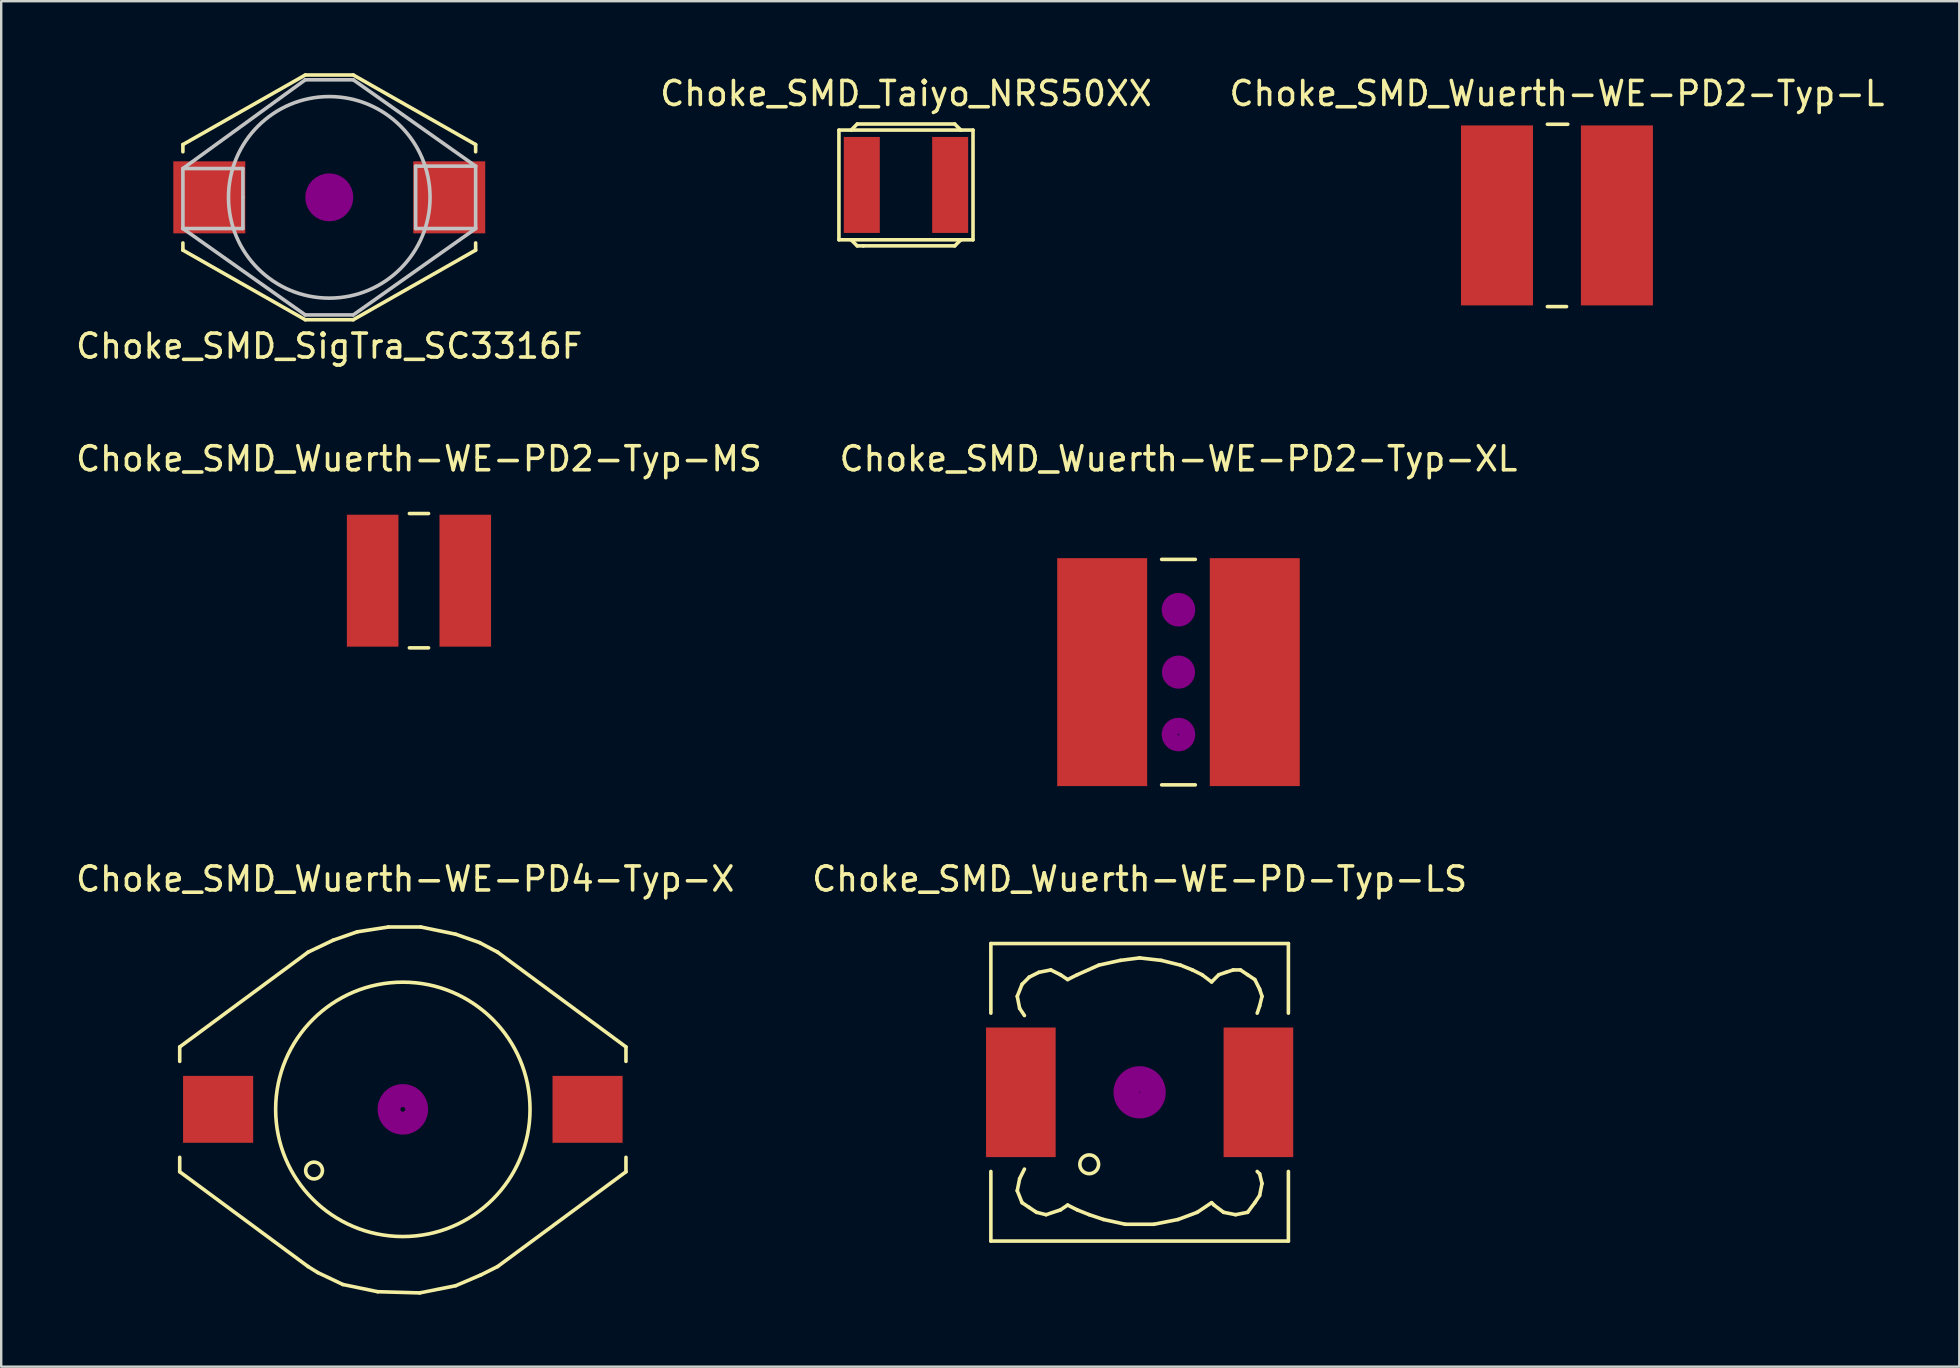
<source format=kicad_pcb>
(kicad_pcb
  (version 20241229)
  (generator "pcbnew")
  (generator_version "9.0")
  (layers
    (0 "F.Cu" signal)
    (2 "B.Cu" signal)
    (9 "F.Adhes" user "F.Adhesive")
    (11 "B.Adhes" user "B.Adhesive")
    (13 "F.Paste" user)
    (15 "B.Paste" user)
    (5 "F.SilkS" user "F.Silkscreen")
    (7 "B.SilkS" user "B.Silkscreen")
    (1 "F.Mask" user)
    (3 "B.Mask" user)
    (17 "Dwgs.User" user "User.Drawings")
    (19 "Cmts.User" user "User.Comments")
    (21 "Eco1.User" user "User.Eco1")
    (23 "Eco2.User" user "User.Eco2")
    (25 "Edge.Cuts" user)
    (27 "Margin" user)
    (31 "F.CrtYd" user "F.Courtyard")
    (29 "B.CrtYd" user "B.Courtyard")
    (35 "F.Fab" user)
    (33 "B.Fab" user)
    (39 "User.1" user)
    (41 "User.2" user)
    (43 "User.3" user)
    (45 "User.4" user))
  (footprint "Choke_SMD_Wuerth-WE-PD2-Typ-XL"
    (layer "F.Cu")
    (at 46.065 24.962)
    (property "Reference" "Choke_SMD_Wuerth-WE-PD2-Typ-XL" (at 0 -8.89 0) (layer "F.SilkS") (effects (font (size 1 1) (thickness 0.15))))
    (attr smd)
    (fp_line (start -0.701 -4.699) (end 0.701 -4.699) (stroke (width 0.15) (type solid)) (layer "F.SilkS"))
    (fp_line (start -0.701 4.699) (end 0.701 4.699) (stroke (width 0.15) (type solid)) (layer "F.SilkS"))
    (fp_circle (center 0 -2.601) (end 0.201 -2.601) (stroke (width 0.381) (type solid)) (fill no) (layer "F.Adhes"))
    (fp_circle (center 0 -2.601) (end 0.5 -2.499) (stroke (width 0.381) (type solid)) (fill no) (layer "F.Adhes"))
    (fp_circle (center 0 0) (end 0.201 0) (stroke (width 0.381) (type solid)) (fill no) (layer "F.Adhes"))
    (fp_circle (center 0 0) (end 0.5 0) (stroke (width 0.381) (type solid)) (fill no) (layer "F.Adhes"))
    (fp_circle (center 0 2.601) (end 0.099 2.799) (stroke (width 0.381) (type solid)) (fill no) (layer "F.Adhes"))
    (fp_circle (center 0 2.601) (end 0.5 2.7) (stroke (width 0.381) (type solid)) (fill no) (layer "F.Adhes"))
    (pad "1" smd rect (at -3.18 0) (size 3.749 9.5) (layers "F.Cu" "F.Mask" "F.Paste"))
    (pad "2" smd rect (at 3.18 0) (size 3.749 9.5) (layers "F.Cu" "F.Mask" "F.Paste")))
  (footprint "Choke_SMD_Taiyo_NRS50XX"
    (layer "F.Cu")
    (at 34.708 4.658)
    (property "Reference" "Choke_SMD_Taiyo_NRS50XX" (at 0 -3.81 0) (layer "F.SilkS") (effects (font (size 1 1) (thickness 0.15))))
    (attr smd)
    (fp_line (start -2.794 -2.286) (end -2.794 2.286) (stroke (width 0.15) (type solid)) (layer "F.SilkS"))
    (fp_line (start -2.794 2.286) (end -2.286 2.286) (stroke (width 0.15) (type solid)) (layer "F.SilkS"))
    (fp_line (start -2.286 -2.286) (end -2.794 -2.286) (stroke (width 0.15) (type solid)) (layer "F.SilkS"))
    (fp_line (start -2.286 -2.286) (end -2.032 -2.54) (stroke (width 0.15) (type solid)) (layer "F.SilkS"))
    (fp_line (start -2.286 -2.286) (end 2.286 -2.286) (stroke (width 0.15) (type solid)) (layer "F.SilkS"))
    (fp_line (start -2.286 2.286) (end 2.286 2.286) (stroke (width 0.15) (type solid)) (layer "F.SilkS"))
    (fp_line (start -2.032 -2.54) (end 2.032 -2.54) (stroke (width 0.15) (type solid)) (layer "F.SilkS"))
    (fp_line (start -2.032 2.54) (end -2.286 2.286) (stroke (width 0.15) (type solid)) (layer "F.SilkS"))
    (fp_line (start -1.778 2.54) (end -2.032 2.54) (stroke (width 0.15) (type solid)) (layer "F.SilkS"))
    (fp_line (start 2.032 -2.54) (end 2.286 -2.286) (stroke (width 0.15) (type solid)) (layer "F.SilkS"))
    (fp_line (start 2.032 2.54) (end -1.778 2.54) (stroke (width 0.15) (type solid)) (layer "F.SilkS"))
    (fp_line (start 2.286 -2.286) (end 2.794 -2.286) (stroke (width 0.15) (type solid)) (layer "F.SilkS"))
    (fp_line (start 2.286 2.286) (end 2.032 2.54) (stroke (width 0.15) (type solid)) (layer "F.SilkS"))
    (fp_line (start 2.794 -2.286) (end 2.794 2.286) (stroke (width 0.15) (type solid)) (layer "F.SilkS"))
    (fp_line (start 2.794 2.286) (end 2.286 2.286) (stroke (width 0.15) (type solid)) (layer "F.SilkS"))
    (pad "1" smd rect (at -1.841 0) (size 1.5 4) (layers "F.Cu" "F.Mask" "F.Paste"))
    (pad "2" smd rect (at 1.841 0) (size 1.5 4) (layers "F.Cu" "F.Mask" "F.Paste")))
  (footprint "Choke_SMD_SigTra_SC3316F"
    (layer "F.Cu")
    (at 10.673 5.175)
    (property "Reference" "Choke_SMD_SigTra_SC3316F" (at 0 6.2 0) (layer "F.SilkS") (effects (font (size 1 1) (thickness 0.15))))
    (attr through_hole)
    (fp_line (start -6.1 -2.2) (end -1 -5.1) (stroke (width 0.15) (type solid)) (layer "F.SilkS"))
    (fp_line (start -6.1 -1.9) (end -6.1 -2.2) (stroke (width 0.15) (type solid)) (layer "F.SilkS"))
    (fp_line (start -6.1 1.9) (end -6.1 2.2) (stroke (width 0.15) (type solid)) (layer "F.SilkS"))
    (fp_line (start -6.1 2.2) (end -1 5.1) (stroke (width 0.15) (type solid)) (layer "F.SilkS"))
    (fp_line (start 1 -5.1) (end -1 -5.1) (stroke (width 0.15) (type solid)) (layer "F.SilkS"))
    (fp_line (start 1 5.1) (end -1 5.1) (stroke (width 0.15) (type solid)) (layer "F.SilkS"))
    (fp_line (start 6.1 -2.2) (end 1 -5.1) (stroke (width 0.15) (type solid)) (layer "F.SilkS"))
    (fp_line (start 6.1 -1.9) (end 6.1 -2.2) (stroke (width 0.15) (type solid)) (layer "F.SilkS"))
    (fp_line (start 6.1 1.9) (end 6.1 2.2) (stroke (width 0.15) (type solid)) (layer "F.SilkS"))
    (fp_line (start 6.1 2.2) (end 1 5.1) (stroke (width 0.15) (type solid)) (layer "F.SilkS"))
    (fp_circle (center 0 0) (end 0.5 0) (stroke (width 1) (type solid)) (fill no) (layer "F.Adhes"))
    (fp_line (start -6.1 -1.2) (end -3.6 -1.2) (stroke (width 0.15) (type solid)) (layer "Dwgs.User"))
    (fp_line (start -6.1 1.3) (end -6.1 -1.2) (stroke (width 0.15) (type solid)) (layer "Dwgs.User"))
    (fp_line (start -3.6 -1.2) (end -3.6 0) (stroke (width 0.15) (type solid)) (layer "Dwgs.User"))
    (fp_line (start -3.6 0) (end -3.6 1.3) (stroke (width 0.15) (type solid)) (layer "Dwgs.User"))
    (fp_line (start -3.6 1.3) (end -6.1 1.3) (stroke (width 0.15) (type solid)) (layer "Dwgs.User"))
    (fp_line (start -1 -4.9) (end -6.1 -1.2) (stroke (width 0.15) (type solid)) (layer "Dwgs.User"))
    (fp_line (start -1 4.9) (end -6.1 1.3) (stroke (width 0.15) (type solid)) (layer "Dwgs.User"))
    (fp_line (start 1 -4.9) (end -1 -4.9) (stroke (width 0.15) (type solid)) (layer "Dwgs.User"))
    (fp_line (start 1 -4.9) (end 6.1 -1.3) (stroke (width 0.15) (type solid)) (layer "Dwgs.User"))
    (fp_line (start 1 4.9) (end -1 4.9) (stroke (width 0.15) (type solid)) (layer "Dwgs.User"))
    (fp_line (start 3.6 -1.3) (end 6.1 -1.3) (stroke (width 0.15) (type solid)) (layer "Dwgs.User"))
    (fp_line (start 3.6 1.3) (end 3.6 -1.3) (stroke (width 0.15) (type solid)) (layer "Dwgs.User"))
    (fp_line (start 6.1 -1.3) (end 6.1 1.3) (stroke (width 0.15) (type solid)) (layer "Dwgs.User"))
    (fp_line (start 6.1 1.3) (end 1 4.9) (stroke (width 0.15) (type solid)) (layer "Dwgs.User"))
    (fp_line (start 6.1 1.3) (end 3.6 1.3) (stroke (width 0.15) (type solid)) (layer "Dwgs.User"))
    (fp_circle (center 0 0) (end 4.2 0) (stroke (width 0.15) (type solid)) (fill no) (layer "Dwgs.User"))
    (pad "1" smd rect (at -5 0) (size 3 3) (layers "F.Cu" "F.Mask" "F.Paste"))
    (pad "2" smd rect (at 5 0) (size 3 3) (layers "F.Cu" "F.Mask" "F.Paste")))
  (footprint "Choke_SMD_Wuerth-WE-PD-Typ-LS"
    (layer "F.Cu")
    (at 44.446 42.474)
    (property "Reference" "Choke_SMD_Wuerth-WE-PD-Typ-LS" (at 0 -8.89 0) (layer "F.SilkS") (effects (font (size 1 1) (thickness 0.15))))
    (attr smd)
    (fp_line (start -6.2 -6.2) (end -6.2 -3.299) (stroke (width 0.15) (type solid)) (layer "F.SilkS"))
    (fp_line (start -6.2 3.299) (end -6.2 6.2) (stroke (width 0.15) (type solid)) (layer "F.SilkS"))
    (fp_line (start -6.2 6.2) (end 6.2 6.2) (stroke (width 0.15) (type solid)) (layer "F.SilkS"))
    (fp_line (start -5.1 -4) (end -5.001 -3.5) (stroke (width 0.15) (type solid)) (layer "F.SilkS"))
    (fp_line (start -5.1 4.1) (end -5.001 3.599) (stroke (width 0.15) (type solid)) (layer "F.SilkS"))
    (fp_line (start -5.001 -3.5) (end -4.801 -3.2) (stroke (width 0.15) (type solid)) (layer "F.SilkS"))
    (fp_line (start -5.001 3.599) (end -4.801 3.2) (stroke (width 0.15) (type solid)) (layer "F.SilkS"))
    (fp_line (start -4.9 -4.501) (end -5.1 -4) (stroke (width 0.15) (type solid)) (layer "F.SilkS"))
    (fp_line (start -4.9 4.6) (end -5.1 4.1) (stroke (width 0.15) (type solid)) (layer "F.SilkS"))
    (fp_line (start -4.6 -4.801) (end -4.9 -4.501) (stroke (width 0.15) (type solid)) (layer "F.SilkS"))
    (fp_line (start -4.6 4.801) (end -4.9 4.6) (stroke (width 0.15) (type solid)) (layer "F.SilkS"))
    (fp_line (start -4.3 5.001) (end -4.6 4.801) (stroke (width 0.15) (type solid)) (layer "F.SilkS"))
    (fp_line (start -4.201 -5.001) (end -4.6 -4.801) (stroke (width 0.15) (type solid)) (layer "F.SilkS"))
    (fp_line (start -3.899 5.1) (end -4.3 5.001) (stroke (width 0.15) (type solid)) (layer "F.SilkS"))
    (fp_line (start -3.701 -5.1) (end -4.201 -5.001) (stroke (width 0.15) (type solid)) (layer "F.SilkS"))
    (fp_line (start -3.299 -4.9) (end -3.701 -5.1) (stroke (width 0.15) (type solid)) (layer "F.SilkS"))
    (fp_line (start -3.299 4.9) (end -3.899 5.1) (stroke (width 0.15) (type solid)) (layer "F.SilkS"))
    (fp_line (start -3 -4.699) (end -3.299 -4.9) (stroke (width 0.15) (type solid)) (layer "F.SilkS"))
    (fp_line (start -3 4.699) (end -3.299 4.9) (stroke (width 0.15) (type solid)) (layer "F.SilkS"))
    (fp_line (start -2.601 -4.9) (end -3 -4.699) (stroke (width 0.15) (type solid)) (layer "F.SilkS"))
    (fp_line (start -2.601 4.9) (end -3 4.699) (stroke (width 0.15) (type solid)) (layer "F.SilkS"))
    (fp_line (start -2.101 5.1) (end -2.601 4.9) (stroke (width 0.15) (type solid)) (layer "F.SilkS"))
    (fp_line (start -1.699 -5.301) (end -2.601 -4.9) (stroke (width 0.15) (type solid)) (layer "F.SilkS"))
    (fp_line (start -1.501 5.301) (end -2.101 5.1) (stroke (width 0.15) (type solid)) (layer "F.SilkS"))
    (fp_line (start -0.8 -5.499) (end -1.699 -5.301) (stroke (width 0.15) (type solid)) (layer "F.SilkS"))
    (fp_line (start -0.599 5.499) (end -1.501 5.301) (stroke (width 0.15) (type solid)) (layer "F.SilkS"))
    (fp_line (start 0 -5.601) (end -0.8 -5.499) (stroke (width 0.15) (type solid)) (layer "F.SilkS"))
    (fp_line (start 0.599 5.499) (end -0.599 5.499) (stroke (width 0.15) (type solid)) (layer "F.SilkS"))
    (fp_line (start 0.899 -5.499) (end 0 -5.601) (stroke (width 0.15) (type solid)) (layer "F.SilkS"))
    (fp_line (start 1.6 5.301) (end 0.599 5.499) (stroke (width 0.15) (type solid)) (layer "F.SilkS"))
    (fp_line (start 1.699 -5.301) (end 0.899 -5.499) (stroke (width 0.15) (type solid)) (layer "F.SilkS"))
    (fp_line (start 2.2 -5.1) (end 1.699 -5.301) (stroke (width 0.15) (type solid)) (layer "F.SilkS"))
    (fp_line (start 2.4 5.001) (end 1.6 5.301) (stroke (width 0.15) (type solid)) (layer "F.SilkS"))
    (fp_line (start 2.601 -4.9) (end 2.2 -5.1) (stroke (width 0.15) (type solid)) (layer "F.SilkS"))
    (fp_line (start 3 -4.6) (end 2.601 -4.9) (stroke (width 0.15) (type solid)) (layer "F.SilkS"))
    (fp_line (start 3 4.6) (end 2.4 5.001) (stroke (width 0.15) (type solid)) (layer "F.SilkS"))
    (fp_line (start 3.099 4.699) (end 3 4.6) (stroke (width 0.15) (type solid)) (layer "F.SilkS"))
    (fp_line (start 3.299 -4.9) (end 3 -4.6) (stroke (width 0.15) (type solid)) (layer "F.SilkS"))
    (fp_line (start 3.5 5.001) (end 3.099 4.699) (stroke (width 0.15) (type solid)) (layer "F.SilkS"))
    (fp_line (start 3.599 -5.001) (end 3.299 -4.9) (stroke (width 0.15) (type solid)) (layer "F.SilkS"))
    (fp_line (start 3.899 -5.1) (end 3.599 -5.001) (stroke (width 0.15) (type solid)) (layer "F.SilkS"))
    (fp_line (start 4 5.1) (end 3.5 5.001) (stroke (width 0.15) (type solid)) (layer "F.SilkS"))
    (fp_line (start 4.201 -5.1) (end 3.899 -5.1) (stroke (width 0.15) (type solid)) (layer "F.SilkS"))
    (fp_line (start 4.501 -4.9) (end 4.201 -5.1) (stroke (width 0.15) (type solid)) (layer "F.SilkS"))
    (fp_line (start 4.501 5.001) (end 4 5.1) (stroke (width 0.15) (type solid)) (layer "F.SilkS"))
    (fp_line (start 4.801 -4.699) (end 4.501 -4.9) (stroke (width 0.15) (type solid)) (layer "F.SilkS"))
    (fp_line (start 4.801 4.6) (end 4.501 5.001) (stroke (width 0.15) (type solid)) (layer "F.SilkS"))
    (fp_line (start 4.9 -3.299) (end 5.001 -3.599) (stroke (width 0.15) (type solid)) (layer "F.SilkS"))
    (fp_line (start 4.9 3.299) (end 5.001 3.401) (stroke (width 0.15) (type solid)) (layer "F.SilkS"))
    (fp_line (start 5.001 -4.3) (end 4.801 -4.699) (stroke (width 0.15) (type solid)) (layer "F.SilkS"))
    (fp_line (start 5.001 -3.599) (end 5.1 -4) (stroke (width 0.15) (type solid)) (layer "F.SilkS"))
    (fp_line (start 5.001 3.401) (end 5.1 3.8) (stroke (width 0.15) (type solid)) (layer "F.SilkS"))
    (fp_line (start 5.001 4.3) (end 4.801 4.6) (stroke (width 0.15) (type solid)) (layer "F.SilkS"))
    (fp_line (start 5.1 -4) (end 5.001 -4.3) (stroke (width 0.15) (type solid)) (layer "F.SilkS"))
    (fp_line (start 5.1 3.8) (end 5.001 4.3) (stroke (width 0.15) (type solid)) (layer "F.SilkS"))
    (fp_line (start 6.2 -6.2) (end -6.2 -6.2) (stroke (width 0.15) (type solid)) (layer "F.SilkS"))
    (fp_line (start 6.2 -6.2) (end 6.2 -3.299) (stroke (width 0.15) (type solid)) (layer "F.SilkS"))
    (fp_line (start 6.2 6.2) (end 6.2 3.299) (stroke (width 0.15) (type solid)) (layer "F.SilkS"))
    (fp_circle (center -2.101 3) (end -1.801 3.251) (stroke (width 0.15) (type solid)) (fill no) (layer "F.SilkS"))
    (fp_circle (center 0 0) (end 0.15 0.15) (stroke (width 0.381) (type solid)) (fill no) (layer "F.Adhes"))
    (fp_circle (center 0 0) (end 0.551 0) (stroke (width 0.381) (type solid)) (fill no) (layer "F.Adhes"))
    (fp_circle (center 0 0) (end 0.899 0) (stroke (width 0.381) (type solid)) (fill no) (layer "F.Adhes"))
    (pad "1" smd rect (at -4.95 0) (size 2.901 5.4) (layers "F.Cu" "F.Mask" "F.Paste"))
    (pad "2" smd rect (at 4.95 0) (size 2.901 5.4) (layers "F.Cu" "F.Mask" "F.Paste")))
  (footprint "Choke_SMD_Wuerth-WE-PD2-Typ-MS"
    (layer "F.Cu")
    (at 14.411 21.151)
    (property "Reference" "Choke_SMD_Wuerth-WE-PD2-Typ-MS" (at 0 -5.08 0) (layer "F.SilkS") (effects (font (size 1 1) (thickness 0.15))))
    (attr smd)
    (fp_line (start -0.399 -2.799) (end 0.399 -2.799) (stroke (width 0.15) (type solid)) (layer "F.SilkS"))
    (fp_line (start -0.399 2.799) (end 0.399 2.799) (stroke (width 0.15) (type solid)) (layer "F.SilkS"))
    (pad "1" smd rect (at -1.93 0) (size 2.149 5.499) (layers "F.Cu" "F.Mask" "F.Paste"))
    (pad "2" smd rect (at 1.93 0) (size 2.149 5.499) (layers "F.Cu" "F.Mask" "F.Paste")))
  (footprint "Choke_SMD_Wuerth-WE-PD2-Typ-L"
    (layer "F.Cu")
    (at 61.839 5.928)
    (property "Reference" "Choke_SMD_Wuerth-WE-PD2-Typ-L" (at 0 -5.08 0) (layer "F.SilkS") (effects (font (size 1 1) (thickness 0.15))))
    (attr smd)
    (fp_line (start -0.399 -3.8) (end 0.45 -3.8) (stroke (width 0.15) (type solid)) (layer "F.SilkS"))
    (fp_line (start -0.399 3.8) (end 0.399 3.8) (stroke (width 0.15) (type solid)) (layer "F.SilkS"))
    (pad "1" smd rect (at -2.499 0) (size 3 7.501) (layers "F.Cu" "F.Mask" "F.Paste"))
    (pad "2" smd rect (at 2.499 0) (size 3 7.501) (layers "F.Cu" "F.Mask" "F.Paste")))
  (footprint "Choke_SMD_Wuerth-WE-PD4-Typ-X"
    (layer "F.Cu")
    (at 13.739 43.184)
    (property "Reference" "Choke_SMD_Wuerth-WE-PD4-Typ-X" (at 0.1 -9.6 0) (layer "F.SilkS") (effects (font (size 1 1) (thickness 0.15))))
    (attr through_hole)
    (fp_line (start -9.299 -2.601) (end -9.299 -1.999) (stroke (width 0.15) (type solid)) (layer "F.SilkS"))
    (fp_line (start -9.299 -2.601) (end -3.95 -6.551) (stroke (width 0.15) (type solid)) (layer "F.SilkS"))
    (fp_line (start -9.299 1.999) (end -9.299 2.601) (stroke (width 0.15) (type solid)) (layer "F.SilkS"))
    (fp_line (start -9.299 2.601) (end -3.95 6.551) (stroke (width 0.15) (type solid)) (layer "F.SilkS"))
    (fp_line (start -3.95 -6.551) (end -2.901 -7.051) (stroke (width 0.15) (type solid)) (layer "F.SilkS"))
    (fp_line (start -3.551 6.8) (end -3.95 6.551) (stroke (width 0.15) (type solid)) (layer "F.SilkS"))
    (fp_line (start -2.901 -7.051) (end -1.9 -7.399) (stroke (width 0.15) (type solid)) (layer "F.SilkS"))
    (fp_line (start -2.499 7.3) (end -3.551 6.8) (stroke (width 0.15) (type solid)) (layer "F.SilkS"))
    (fp_line (start -1.9 -7.399) (end -0.599 -7.6) (stroke (width 0.15) (type solid)) (layer "F.SilkS"))
    (fp_line (start -1.049 7.6) (end -2.499 7.3) (stroke (width 0.15) (type solid)) (layer "F.SilkS"))
    (fp_line (start -0.599 -7.6) (end 0.749 -7.6) (stroke (width 0.15) (type solid)) (layer "F.SilkS"))
    (fp_line (start 0.701 7.65) (end -1.049 7.6) (stroke (width 0.15) (type solid)) (layer "F.SilkS"))
    (fp_line (start 0.749 -7.6) (end 2.2 -7.3) (stroke (width 0.15) (type solid)) (layer "F.SilkS"))
    (fp_line (start 2.2 -7.3) (end 3.2 -6.949) (stroke (width 0.15) (type solid)) (layer "F.SilkS"))
    (fp_line (start 2.2 7.351) (end 0.701 7.65) (stroke (width 0.15) (type solid)) (layer "F.SilkS"))
    (fp_line (start 3.2 -6.949) (end 3.95 -6.551) (stroke (width 0.15) (type solid)) (layer "F.SilkS"))
    (fp_line (start 3.251 6.901) (end 2.2 7.351) (stroke (width 0.15) (type solid)) (layer "F.SilkS"))
    (fp_line (start 3.95 -6.551) (end 9.299 -2.601) (stroke (width 0.15) (type solid)) (layer "F.SilkS"))
    (fp_line (start 3.95 6.551) (end 3.251 6.901) (stroke (width 0.15) (type solid)) (layer "F.SilkS"))
    (fp_line (start 9.299 -1.999) (end 9.299 -2.601) (stroke (width 0.15) (type solid)) (layer "F.SilkS"))
    (fp_line (start 9.299 1.999) (end 9.299 2.601) (stroke (width 0.15) (type solid)) (layer "F.SilkS"))
    (fp_line (start 9.299 2.601) (end 3.95 6.551) (stroke (width 0.15) (type solid)) (layer "F.SilkS"))
    (fp_circle (center -3.701 2.55) (end -3.701 2.2) (stroke (width 0.15) (type solid)) (fill no) (layer "F.SilkS"))
    (fp_circle (center 0 0) (end 0 -5.301) (stroke (width 0.15) (type solid)) (fill no) (layer "F.SilkS"))
    (fp_circle (center 0 0) (end 0.1 0) (stroke (width 0.305) (type solid)) (fill no) (layer "F.Adhes"))
    (fp_circle (center 0 0) (end 0.3 0) (stroke (width 0.305) (type solid)) (fill no) (layer "F.Adhes"))
    (fp_circle (center 0 0) (end 0.5 0) (stroke (width 0.305) (type solid)) (fill no) (layer "F.Adhes"))
    (fp_circle (center 0 0) (end 0.7 0) (stroke (width 0.305) (type solid)) (fill no) (layer "F.Adhes"))
    (fp_circle (center 0 0) (end 0.9 0) (stroke (width 0.305) (type solid)) (fill no) (layer "F.Adhes"))
    (pad "1" smd rect (at -7.699 0 90) (size 2.789 2.921) (layers "F.Cu" "F.Mask" "F.Paste"))
    (pad "2" smd rect (at 7.699 0 90) (size 2.789 2.921) (layers "F.Cu" "F.Mask" "F.Paste")))
  (gr_rect
    (start -3 -3)
    (end 78.607 53.909)
    (stroke (width 0.1) (type default))
    (fill no)
    (layer "Edge.Cuts")))
</source>
